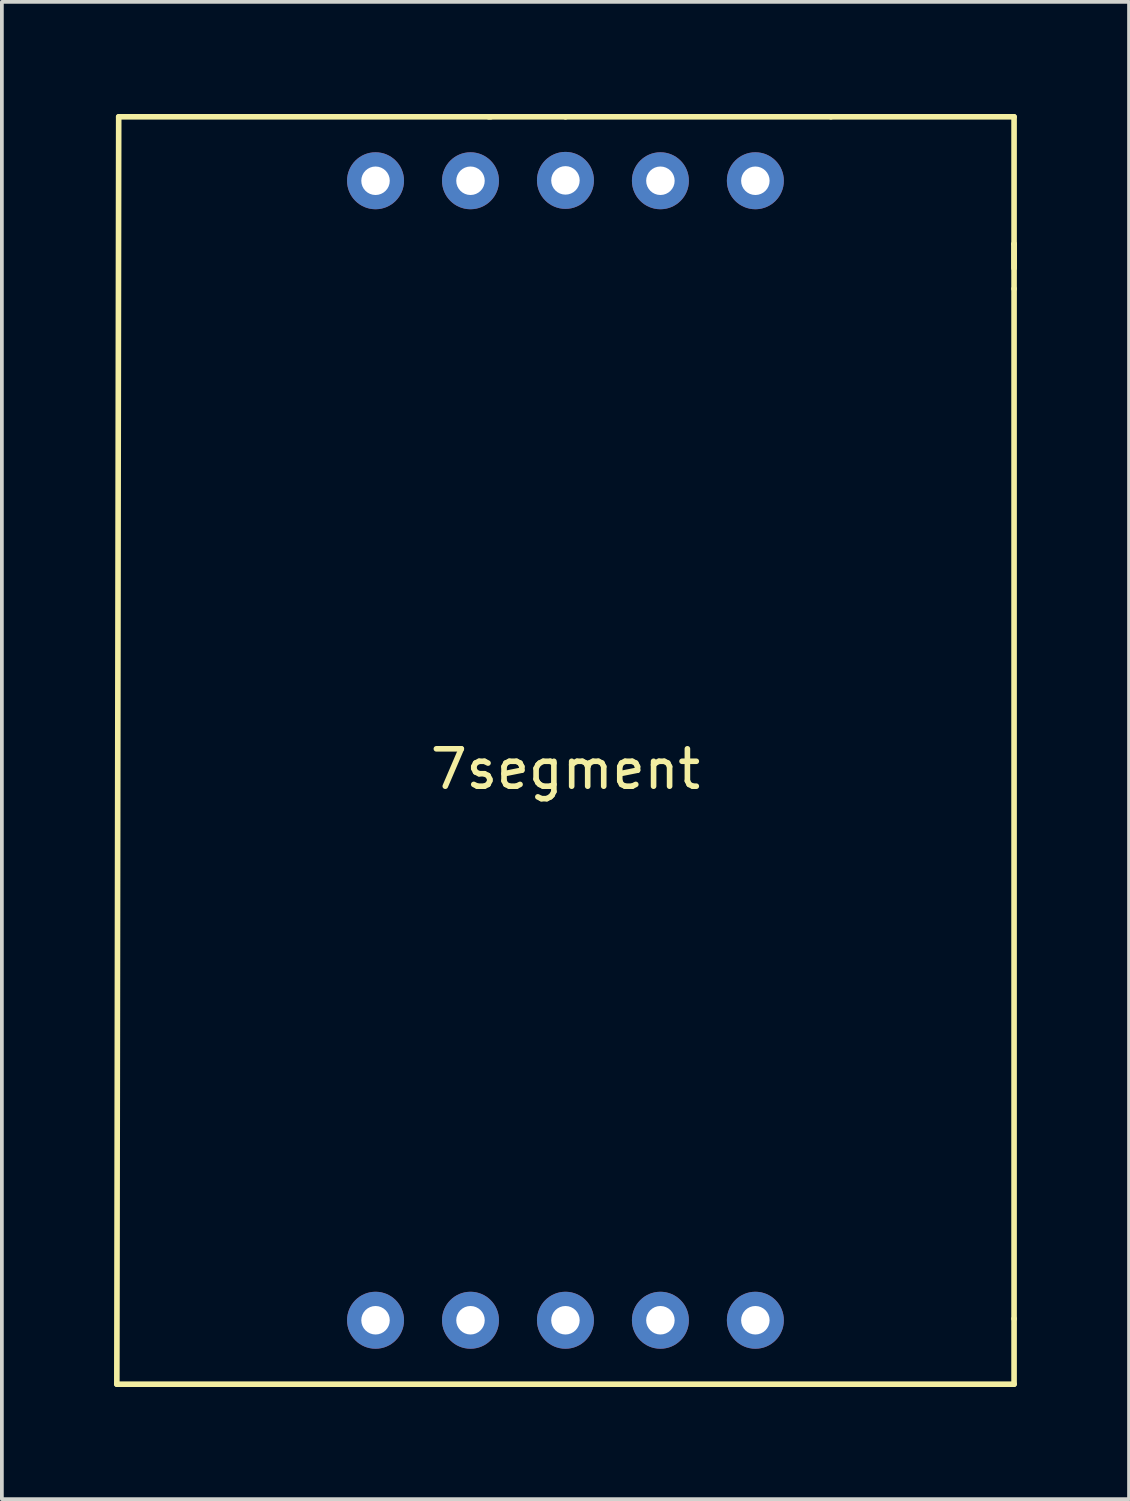
<source format=kicad_pcb>
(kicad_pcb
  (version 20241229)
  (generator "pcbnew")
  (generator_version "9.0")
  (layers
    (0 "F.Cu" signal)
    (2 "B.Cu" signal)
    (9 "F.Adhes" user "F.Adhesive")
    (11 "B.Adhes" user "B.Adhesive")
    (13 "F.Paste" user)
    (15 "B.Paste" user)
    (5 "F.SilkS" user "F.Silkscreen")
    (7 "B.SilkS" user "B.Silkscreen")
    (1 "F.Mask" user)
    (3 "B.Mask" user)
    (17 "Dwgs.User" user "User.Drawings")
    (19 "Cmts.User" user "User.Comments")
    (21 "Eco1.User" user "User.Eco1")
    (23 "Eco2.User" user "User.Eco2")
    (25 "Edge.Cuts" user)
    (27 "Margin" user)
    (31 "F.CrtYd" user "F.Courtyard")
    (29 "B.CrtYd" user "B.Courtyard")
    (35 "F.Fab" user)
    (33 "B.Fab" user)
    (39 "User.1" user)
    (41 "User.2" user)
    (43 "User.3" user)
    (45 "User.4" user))
  (footprint "7segment"
    (layer "F.Cu")
    (at 12.075 17.025)
    (property "Reference" "7segment" (at 0 0.5 0) (layer "F.SilkS") (effects (font (size 1 1) (thickness 0.15))))
    (attr through_hole)
    (fp_line (start -11.95 -16.95) (end -12 16.95) (stroke (width 0.15) (type solid)) (layer "F.SilkS"))
    (fp_line (start -2.05 -16.95) (end 0 -16.95) (stroke (width 0.15) (type solid)) (layer "F.SilkS"))
    (fp_line (start -2 -16.95) (end -11.95 -16.95) (stroke (width 0.15) (type solid)) (layer "F.SilkS"))
    (fp_line (start 0 -16.95) (end 7.1 -16.95) (stroke (width 0.15) (type solid)) (layer "F.SilkS"))
    (fp_line (start 7.1 -16.95) (end 12 -16.95) (stroke (width 0.15) (type solid)) (layer "F.SilkS"))
    (fp_line (start 12 -16.95) (end 12 -13.55) (stroke (width 0.15) (type solid)) (layer "F.SilkS"))
    (fp_line (start 12 -13.55) (end 12 -12.9) (stroke (width 0.15) (type solid)) (layer "F.SilkS"))
    (fp_line (start 12 -13.55) (end 12 -12.35) (stroke (width 0.15) (type solid)) (layer "F.SilkS"))
    (fp_line (start 12 -12.35) (end 12 15.2) (stroke (width 0.15) (type solid)) (layer "F.SilkS"))
    (fp_line (start 12 15.2) (end 12 16.95) (stroke (width 0.15) (type solid)) (layer "F.SilkS"))
    (fp_line (start 12 16.95) (end -12 16.95) (stroke (width 0.15) (type solid)) (layer "F.SilkS"))
    (pad "1" thru_hole circle (at 0 -15.25) (size 1.524 1.524) (drill 0.762) (layers "*.Cu" "*.Mask"))
    (pad "2" thru_hole circle (at 2.54 -15.24) (size 1.524 1.524) (drill 0.762) (layers "*.Cu" "*.Mask"))
    (pad "3" thru_hole circle (at 5.08 -15.24) (size 1.524 1.524) (drill 0.762) (layers "*.Cu" "*.Mask"))
    (pad "4" thru_hole circle (at -2.54 -15.24) (size 1.524 1.524) (drill 0.762) (layers "*.Cu" "*.Mask"))
    (pad "5" thru_hole circle (at -5.08 -15.24) (size 1.524 1.524) (drill 0.762) (layers "*.Cu" "*.Mask"))
    (pad "6" thru_hole circle (at -5.08 15.24) (size 1.524 1.524) (drill 0.762) (layers "*.Cu" "*.Mask"))
    (pad "7" thru_hole circle (at -2.54 15.24) (size 1.524 1.524) (drill 0.762) (layers "*.Cu" "*.Mask"))
    (pad "8" thru_hole circle (at 0 15.24) (size 1.524 1.524) (drill 0.762) (layers "*.Cu" "*.Mask"))
    (pad "9" thru_hole circle (at 2.54 15.24) (size 1.524 1.524) (drill 0.762) (layers "*.Cu" "*.Mask"))
    (pad "10" thru_hole circle (at 5.08 15.24) (size 1.524 1.524) (drill 0.762) (layers "*.Cu" "*.Mask")))
  (gr_rect
    (start -3 -3)
    (end 27.15 37.05)
    (stroke (width 0.1) (type default))
    (fill no)
    (layer "Edge.Cuts")))
</source>
